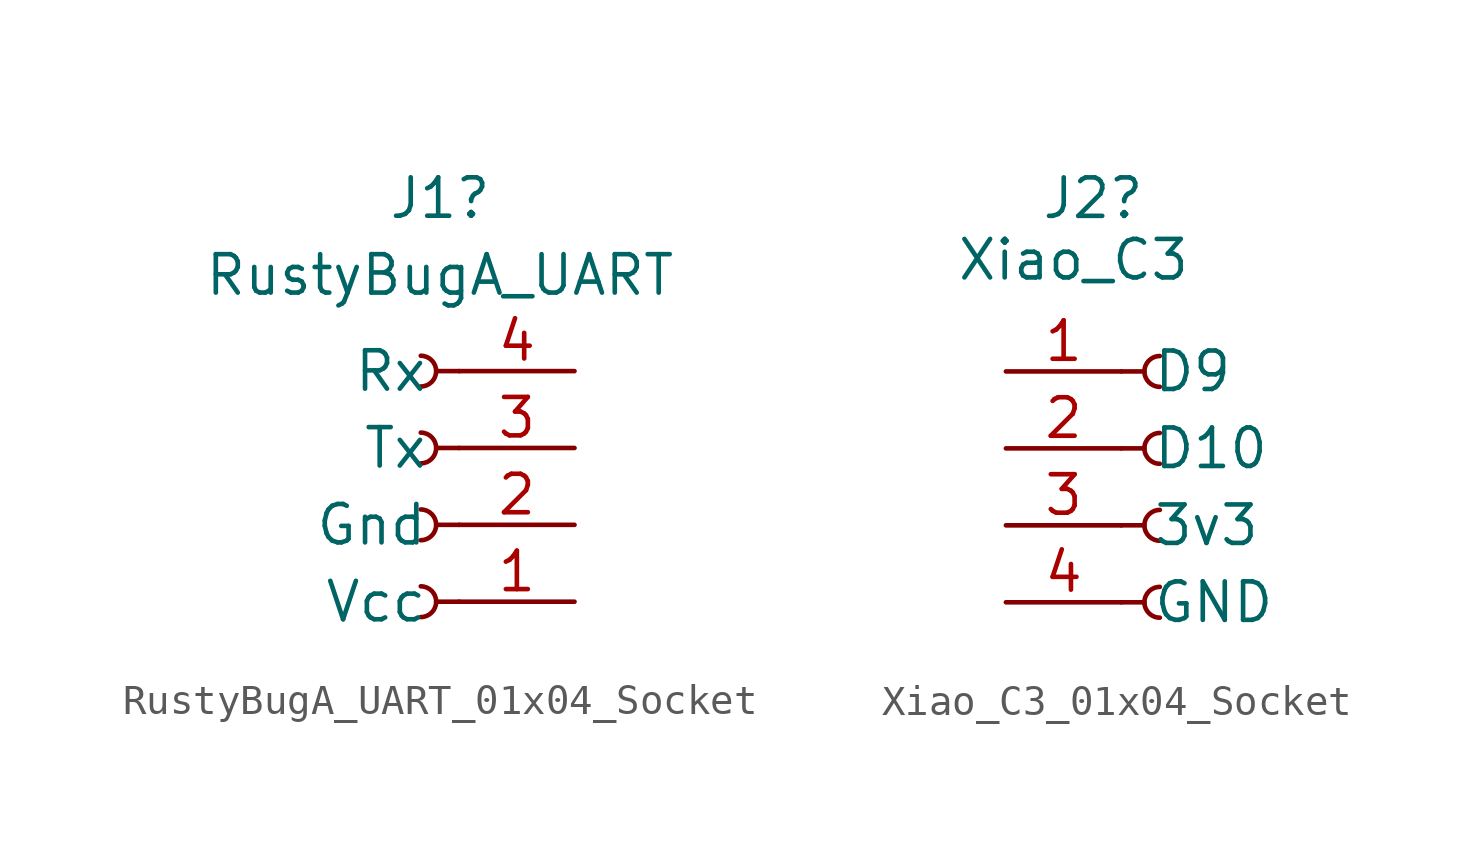
<source format=kicad_sym>
(kicad_symbol_lib
  (version 20241209)
  (generator "kicad_symbol_editor")
  (generator_version "9.0")
  (symbol "RustyBugA_UART_01x04_Socket"
    (pin_names
      (offset 1.016))
    (property "Reference" "J1"
      (at -1.27 3.81 0)
      (effects (font (size 1.27 1.27))))
    (property "Value" "RustyBugA_UART"
      (at -1.27 1.27 0)
      (effects (font (size 1.27 1.27))))
    (property "ki_locked" ""
      (at 0 0 0)
      (effects (font (size 1.27 1.27))))
    (symbol "RustyBugA_UART_01x04_Socket_1_1"
      (arc (start -1.905 -1.397) (mid -1.3992 -1.905) (end -1.905 -2.413) (stroke (width 0.1524) (type default)) (fill (type none)))
      (arc (start -1.905 -3.937) (mid -1.3992 -4.445) (end -1.905 -4.953) (stroke (width 0.1524) (type default)) (fill (type none)))
      (arc (start -1.905 -6.477) (mid -1.3992 -6.985) (end -1.905 -7.493) (stroke (width 0.1524) (type default)) (fill (type none)))
      (arc (start -1.905 -9.017) (mid -1.3992 -9.525) (end -1.905 -10.033) (stroke (width 0.1524) (type default)) (fill (type none)))
      (polyline (pts (xy -0.635 -1.905) (xy -1.397 -1.905)) (stroke (width 0.152) (type default)) (fill (type none)))
      (polyline (pts (xy -0.635 -4.445) (xy -1.397 -4.445)) (stroke (width 0.152) (type default)) (fill (type none)))
      (polyline (pts (xy -0.635 -6.985) (xy -1.397 -6.985)) (stroke (width 0.152) (type default)) (fill (type none)))
      (polyline (pts (xy -0.635 -9.525) (xy -1.397 -9.525)) (stroke (width 0.152) (type default)) (fill (type none)))
      (pin passive line (at 3.175 -1.905 180) (length 3.81) (name "Rx" (effects (font (size 1.27 1.27)))) (number "4" (effects (font (size 1.27 1.27)))))
      (pin passive line (at 3.175 -4.445 180) (length 3.81) (name "Tx" (effects (font (size 1.27 1.27)))) (number "3" (effects (font (size 1.27 1.27)))))
      (pin passive line (at 3.175 -6.985 180) (length 3.81) (name "Gnd" (effects (font (size 1.27 1.27)))) (number "2" (effects (font (size 1.27 1.27)))))
      (pin passive line (at 3.175 -9.525 180) (length 3.81) (name "Vcc" (effects (font (size 1.27 1.27)))) (number "1" (effects (font (size 1.27 1.27)))))))
  (symbol "Xiao_C3_01x04_Socket"
    (pin_names
      (offset 1.016))
    (property "Reference" "J2"
      (at -9.652 5.08 0)
      (effects (font (size 1.27 1.27)) (justify left)))
    (property "Value" "Xiao_C3"
      (at -12.446 3.048 0)
      (effects (font (size 1.27 1.27)) (justify left)))
    (property "ki_locked" ""
      (at 0 0 0)
      (effects (font (size 1.27 1.27))))
    (symbol "Xiao_C3_01x04_Socket_1_1"
      (polyline (pts (xy -6.985 -0.635) (xy -6.223 -0.635)) (stroke (width 0.152) (type default)) (fill (type none)))
      (polyline (pts (xy -6.985 -3.175) (xy -6.223 -3.175)) (stroke (width 0.152) (type default)) (fill (type none)))
      (polyline (pts (xy -6.985 -5.715) (xy -6.223 -5.715)) (stroke (width 0.152) (type default)) (fill (type none)))
      (polyline (pts (xy -6.985 -8.255) (xy -6.223 -8.255)) (stroke (width 0.152) (type default)) (fill (type none)))
      (arc (start -5.715 -1.143) (mid -6.2208 -0.635) (end -5.715 -0.127) (stroke (width 0.1524) (type default)) (fill (type none)))
      (arc (start -5.715 -3.683) (mid -6.2208 -3.175) (end -5.715 -2.667) (stroke (width 0.1524) (type default)) (fill (type none)))
      (arc (start -5.715 -6.223) (mid -6.2208 -5.715) (end -5.715 -5.207) (stroke (width 0.1524) (type default)) (fill (type none)))
      (arc (start -5.715 -8.763) (mid -6.2208 -8.255) (end -5.715 -7.747) (stroke (width 0.1524) (type default)) (fill (type none)))
      (pin passive line (at -10.795 -0.635 0) (length 3.81) (name "D9" (effects (font (size 1.27 1.27)))) (number "1" (effects (font (size 1.27 1.27)))))
      (pin passive line (at -10.795 -3.175 0) (length 3.81) (name "D10" (effects (font (size 1.27 1.27)))) (number "2" (effects (font (size 1.27 1.27)))))
      (pin passive line (at -10.795 -5.715 0) (length 3.81) (name "3v3" (effects (font (size 1.27 1.27)))) (number "3" (effects (font (size 1.27 1.27)))))
      (pin passive line (at -10.795 -8.255 0) (length 3.81) (name "GND" (effects (font (size 1.27 1.27)))) (number "4" (effects (font (size 1.27 1.27))))))))
</source>
